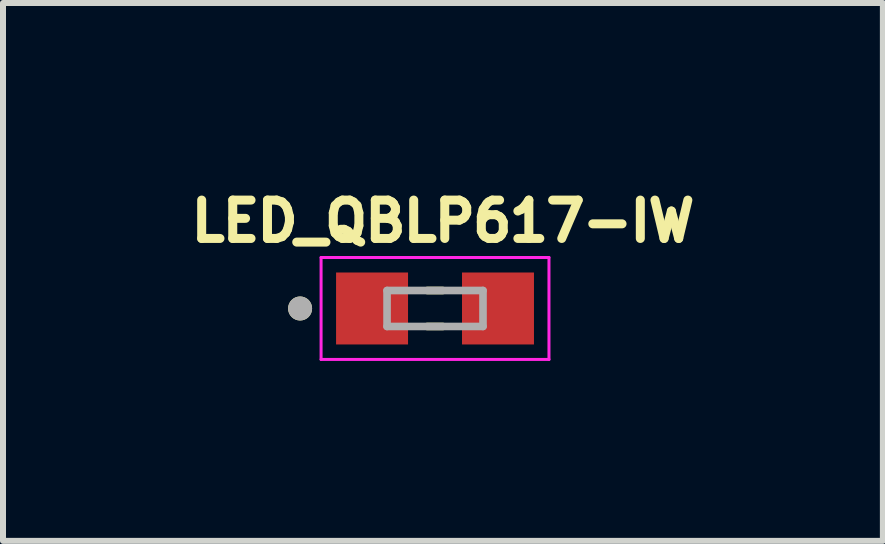
<source format=kicad_pcb>
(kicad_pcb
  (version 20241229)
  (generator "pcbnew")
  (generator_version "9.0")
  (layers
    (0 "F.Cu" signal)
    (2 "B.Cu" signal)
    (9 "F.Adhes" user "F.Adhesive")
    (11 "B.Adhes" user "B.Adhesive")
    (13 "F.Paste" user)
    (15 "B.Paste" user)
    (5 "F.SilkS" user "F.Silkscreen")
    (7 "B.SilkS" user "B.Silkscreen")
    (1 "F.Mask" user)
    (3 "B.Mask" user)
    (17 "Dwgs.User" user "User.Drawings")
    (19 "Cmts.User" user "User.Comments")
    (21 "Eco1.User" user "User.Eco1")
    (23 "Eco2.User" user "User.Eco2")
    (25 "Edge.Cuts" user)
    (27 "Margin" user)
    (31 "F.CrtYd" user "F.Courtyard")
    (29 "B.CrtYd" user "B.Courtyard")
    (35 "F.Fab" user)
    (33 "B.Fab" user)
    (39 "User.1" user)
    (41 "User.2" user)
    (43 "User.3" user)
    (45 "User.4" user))
  (footprint "LED_QBLP617-IW"
    (layer "F.Cu")
    (at 4.204 2.094)
    (property "Reference" "LED_QBLP617-IW" (at 0.132 -1.456 0) (layer "F.SilkS") (effects (font (size 0.64 0.64) (thickness 0.15))))
    (attr smd)
    (fp_line (start -0.13 -0.3) (end 0.13 -0.3) (stroke (width 0.127) (type solid)) (layer "F.SilkS"))
    (fp_line (start -0.13 0.3) (end 0.13 0.3) (stroke (width 0.127) (type solid)) (layer "F.SilkS"))
    (fp_circle (center -2.25 0) (end -2.15 0) (stroke (width 0.2) (type solid)) (fill no) (layer "F.SilkS"))
    (fp_line (start -1.9 -0.85) (end -1.9 0.85) (stroke (width 0.05) (type solid)) (layer "F.CrtYd"))
    (fp_line (start -1.9 0.85) (end 1.9 0.85) (stroke (width 0.05) (type solid)) (layer "F.CrtYd"))
    (fp_line (start 1.9 -0.85) (end -1.9 -0.85) (stroke (width 0.05) (type solid)) (layer "F.CrtYd"))
    (fp_line (start 1.9 0.85) (end 1.9 -0.85) (stroke (width 0.05) (type solid)) (layer "F.CrtYd"))
    (fp_line (start -0.8 -0.3) (end 0.8 -0.3) (stroke (width 0.127) (type solid)) (layer "F.Fab"))
    (fp_line (start -0.8 0.3) (end -0.8 -0.3) (stroke (width 0.127) (type solid)) (layer "F.Fab"))
    (fp_line (start 0.8 -0.3) (end 0.8 0.3) (stroke (width 0.127) (type solid)) (layer "F.Fab"))
    (fp_line (start 0.8 0.3) (end -0.8 0.3) (stroke (width 0.127) (type solid)) (layer "F.Fab"))
    (fp_circle (center -2.25 0) (end -2.15 0) (stroke (width 0.2) (type solid)) (fill no) (layer "F.Fab"))
    (pad "1" smd rect (at 1.05 0) (size 1.2 1.2) (layers "F.Cu" "F.Mask" "F.Paste"))
    (pad "2" smd rect (at -1.05 0) (size 1.2 1.2) (layers "F.Cu" "F.Mask" "F.Paste")))
  (gr_rect
    (start -3 -3)
    (end 11.672 5.969)
    (stroke (width 0.1) (type default))
    (fill no)
    (layer "Edge.Cuts")))
</source>
